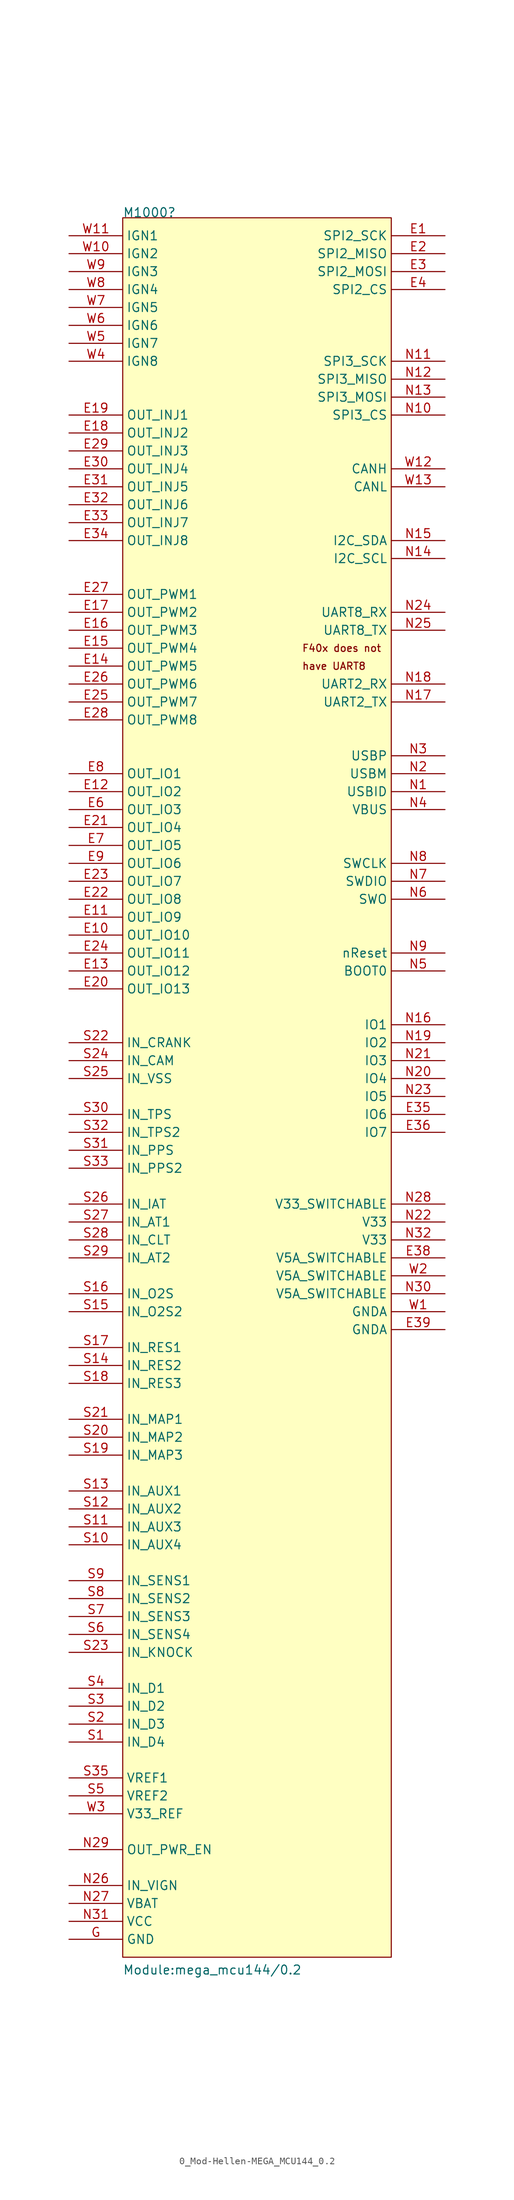
<source format=kicad_sym>
(kicad_symbol_lib
  (version 20211014)
  (generator kicad_symbol_editor)
  (symbol "0_Mod-Hellen-MEGA_MCU144_0.2"
    (property "Reference" "M1000"
      (at 7.62 2.54 0)
      (effects (font (size 1.27 1.27)) (justify left bottom)))
    (property "Value" "Module:mega_mcu144/0.2"
      (at 7.62 -246.38 0)
      (effects (font (size 1.27 1.27)) (justify left bottom)))
    (symbol "0_Mod-Hellen-MEGA_MCU144_0.2_1_0"
      (rectangle (start 45.72 2.54) (end 7.62 -243.84) (stroke (width 0) (type default) (color 0 0 0 0)) (fill (type background)))
      (text "F40x does not" (at 33.02 -58.42 0) (effects (font (size 1.016 1.016)) (justify left)))
      (text "have UART8" (at 33.02 -60.96 0) (effects (font (size 1.016 1.016)) (justify left)))
      (pin passive line (at 53.34 0 180) (length 7.62) (name "SPI2_SCK" (effects (font (size 1.27 1.27)))) (number "E1" (effects (font (size 1.27 1.27)))))
      (pin passive line (at 0 -99.06 0) (length 7.62) (name "OUT_IO10" (effects (font (size 1.27 1.27)))) (number "E10" (effects (font (size 1.27 1.27)))))
      (pin passive line (at 0 -96.52 0) (length 7.62) (name "OUT_IO9" (effects (font (size 1.27 1.27)))) (number "E11" (effects (font (size 1.27 1.27)))))
      (pin passive line (at 0 -78.74 0) (length 7.62) (name "OUT_IO2" (effects (font (size 1.27 1.27)))) (number "E12" (effects (font (size 1.27 1.27)))))
      (pin passive line (at 0 -104.14 0) (length 7.62) (name "OUT_IO12" (effects (font (size 1.27 1.27)))) (number "E13" (effects (font (size 1.27 1.27)))))
      (pin passive line (at 0 -60.96 0) (length 7.62) (name "OUT_PWM5" (effects (font (size 1.27 1.27)))) (number "E14" (effects (font (size 1.27 1.27)))))
      (pin passive line (at 0 -58.42 0) (length 7.62) (name "OUT_PWM4" (effects (font (size 1.27 1.27)))) (number "E15" (effects (font (size 1.27 1.27)))))
      (pin passive line (at 0 -55.88 0) (length 7.62) (name "OUT_PWM3" (effects (font (size 1.27 1.27)))) (number "E16" (effects (font (size 1.27 1.27)))))
      (pin passive line (at 0 -53.34 0) (length 7.62) (name "OUT_PWM2" (effects (font (size 1.27 1.27)))) (number "E17" (effects (font (size 1.27 1.27)))))
      (pin passive line (at 0 -27.94 0) (length 7.62) (name "OUT_INJ2" (effects (font (size 1.27 1.27)))) (number "E18" (effects (font (size 1.27 1.27)))))
      (pin passive line (at 0 -25.4 0) (length 7.62) (name "OUT_INJ1" (effects (font (size 1.27 1.27)))) (number "E19" (effects (font (size 1.27 1.27)))))
      (pin passive line (at 53.34 -2.54 180) (length 7.62) (name "SPI2_MISO" (effects (font (size 1.27 1.27)))) (number "E2" (effects (font (size 1.27 1.27)))))
      (pin passive line (at 0 -106.68 0) (length 7.62) (name "OUT_IO13" (effects (font (size 1.27 1.27)))) (number "E20" (effects (font (size 1.27 1.27)))))
      (pin passive line (at 0 -83.82 0) (length 7.62) (name "OUT_IO4" (effects (font (size 1.27 1.27)))) (number "E21" (effects (font (size 1.27 1.27)))))
      (pin passive line (at 0 -93.98 0) (length 7.62) (name "OUT_IO8" (effects (font (size 1.27 1.27)))) (number "E22" (effects (font (size 1.27 1.27)))))
      (pin passive line (at 0 -91.44 0) (length 7.62) (name "OUT_IO7" (effects (font (size 1.27 1.27)))) (number "E23" (effects (font (size 1.27 1.27)))))
      (pin passive line (at 0 -101.6 0) (length 7.62) (name "OUT_IO11" (effects (font (size 1.27 1.27)))) (number "E24" (effects (font (size 1.27 1.27)))))
      (pin passive line (at 0 -66.04 0) (length 7.62) (name "OUT_PWM7" (effects (font (size 1.27 1.27)))) (number "E25" (effects (font (size 1.27 1.27)))))
      (pin passive line (at 0 -63.5 0) (length 7.62) (name "OUT_PWM6" (effects (font (size 1.27 1.27)))) (number "E26" (effects (font (size 1.27 1.27)))))
      (pin passive line (at 0 -50.8 0) (length 7.62) (name "OUT_PWM1" (effects (font (size 1.27 1.27)))) (number "E27" (effects (font (size 1.27 1.27)))))
      (pin passive line (at 0 -68.58 0) (length 7.62) (name "OUT_PWM8" (effects (font (size 1.27 1.27)))) (number "E28" (effects (font (size 1.27 1.27)))))
      (pin passive line (at 0 -30.48 0) (length 7.62) (name "OUT_INJ3" (effects (font (size 1.27 1.27)))) (number "E29" (effects (font (size 1.27 1.27)))))
      (pin passive line (at 53.34 -5.08 180) (length 7.62) (name "SPI2_MOSI" (effects (font (size 1.27 1.27)))) (number "E3" (effects (font (size 1.27 1.27)))))
      (pin passive line (at 0 -33.02 0) (length 7.62) (name "OUT_INJ4" (effects (font (size 1.27 1.27)))) (number "E30" (effects (font (size 1.27 1.27)))))
      (pin passive line (at 0 -35.56 0) (length 7.62) (name "OUT_INJ5" (effects (font (size 1.27 1.27)))) (number "E31" (effects (font (size 1.27 1.27)))))
      (pin passive line (at 0 -38.1 0) (length 7.62) (name "OUT_INJ6" (effects (font (size 1.27 1.27)))) (number "E32" (effects (font (size 1.27 1.27)))))
      (pin passive line (at 0 -40.64 0) (length 7.62) (name "OUT_INJ7" (effects (font (size 1.27 1.27)))) (number "E33" (effects (font (size 1.27 1.27)))))
      (pin passive line (at 0 -43.18 0) (length 7.62) (name "OUT_INJ8" (effects (font (size 1.27 1.27)))) (number "E34" (effects (font (size 1.27 1.27)))))
      (pin passive line (at 53.34 -124.46 180) (length 7.62) (name "IO6" (effects (font (size 1.27 1.27)))) (number "E35" (effects (font (size 1.27 1.27)))))
      (pin passive line (at 53.34 -127 180) (length 7.62) (name "IO7" (effects (font (size 1.27 1.27)))) (number "E36" (effects (font (size 1.27 1.27)))))
      (pin passive line (at 53.34 -144.78 180) (length 7.62) (name "V5A_SWITCHABLE" (effects (font (size 1.27 1.27)))) (number "E38" (effects (font (size 1.27 1.27)))))
      (pin passive line (at 53.34 -154.94 180) (length 7.62) (name "GNDA" (effects (font (size 1.27 1.27)))) (number "E39" (effects (font (size 1.27 1.27)))))
      (pin passive line (at 53.34 -7.62 180) (length 7.62) (name "SPI2_CS" (effects (font (size 1.27 1.27)))) (number "E4" (effects (font (size 1.27 1.27)))))
      (pin passive line (at 0 -81.28 0) (length 7.62) (name "OUT_IO3" (effects (font (size 1.27 1.27)))) (number "E6" (effects (font (size 1.27 1.27)))))
      (pin passive line (at 0 -86.36 0) (length 7.62) (name "OUT_IO5" (effects (font (size 1.27 1.27)))) (number "E7" (effects (font (size 1.27 1.27)))))
      (pin passive line (at 0 -76.2 0) (length 7.62) (name "OUT_IO1" (effects (font (size 1.27 1.27)))) (number "E8" (effects (font (size 1.27 1.27)))))
      (pin passive line (at 0 -88.9 0) (length 7.62) (name "OUT_IO6" (effects (font (size 1.27 1.27)))) (number "E9" (effects (font (size 1.27 1.27)))))
      (pin passive line (at 0 -241.3 0) (length 7.62) (name "GND" (effects (font (size 1.27 1.27)))) (number "G" (effects (font (size 1.27 1.27)))))
      (pin passive line (at 53.34 -78.74 180) (length 7.62) (name "USBID" (effects (font (size 1.27 1.27)))) (number "N1" (effects (font (size 1.27 1.27)))))
      (pin passive line (at 53.34 -25.4 180) (length 7.62) (name "SPI3_CS" (effects (font (size 1.27 1.27)))) (number "N10" (effects (font (size 1.27 1.27)))))
      (pin passive line (at 53.34 -17.78 180) (length 7.62) (name "SPI3_SCK" (effects (font (size 1.27 1.27)))) (number "N11" (effects (font (size 1.27 1.27)))))
      (pin passive line (at 53.34 -20.32 180) (length 7.62) (name "SPI3_MISO" (effects (font (size 1.27 1.27)))) (number "N12" (effects (font (size 1.27 1.27)))))
      (pin passive line (at 53.34 -22.86 180) (length 7.62) (name "SPI3_MOSI" (effects (font (size 1.27 1.27)))) (number "N13" (effects (font (size 1.27 1.27)))))
      (pin passive line (at 53.34 -45.72 180) (length 7.62) (name "I2C_SCL" (effects (font (size 1.27 1.27)))) (number "N14" (effects (font (size 1.27 1.27)))))
      (pin passive line (at 53.34 -43.18 180) (length 7.62) (name "I2C_SDA" (effects (font (size 1.27 1.27)))) (number "N15" (effects (font (size 1.27 1.27)))))
      (pin passive line (at 53.34 -111.76 180) (length 7.62) (name "IO1" (effects (font (size 1.27 1.27)))) (number "N16" (effects (font (size 1.27 1.27)))))
      (pin passive line (at 53.34 -66.04 180) (length 7.62) (name "UART2_TX" (effects (font (size 1.27 1.27)))) (number "N17" (effects (font (size 1.27 1.27)))))
      (pin passive line (at 53.34 -63.5 180) (length 7.62) (name "UART2_RX" (effects (font (size 1.27 1.27)))) (number "N18" (effects (font (size 1.27 1.27)))))
      (pin passive line (at 53.34 -114.3 180) (length 7.62) (name "IO2" (effects (font (size 1.27 1.27)))) (number "N19" (effects (font (size 1.27 1.27)))))
      (pin passive line (at 53.34 -76.2 180) (length 7.62) (name "USBM" (effects (font (size 1.27 1.27)))) (number "N2" (effects (font (size 1.27 1.27)))))
      (pin passive line (at 53.34 -119.38 180) (length 7.62) (name "IO4" (effects (font (size 1.27 1.27)))) (number "N20" (effects (font (size 1.27 1.27)))))
      (pin passive line (at 53.34 -116.84 180) (length 7.62) (name "IO3" (effects (font (size 1.27 1.27)))) (number "N21" (effects (font (size 1.27 1.27)))))
      (pin passive line (at 53.34 -139.7 180) (length 7.62) (name "V33" (effects (font (size 1.27 1.27)))) (number "N22" (effects (font (size 1.27 1.27)))))
      (pin passive line (at 53.34 -121.92 180) (length 7.62) (name "IO5" (effects (font (size 1.27 1.27)))) (number "N23" (effects (font (size 1.27 1.27)))))
      (pin passive line (at 53.34 -53.34 180) (length 7.62) (name "UART8_RX" (effects (font (size 1.27 1.27)))) (number "N24" (effects (font (size 1.27 1.27)))))
      (pin passive line (at 53.34 -55.88 180) (length 7.62) (name "UART8_TX" (effects (font (size 1.27 1.27)))) (number "N25" (effects (font (size 1.27 1.27)))))
      (pin passive line (at 0 -233.68 0) (length 7.62) (name "IN_VIGN" (effects (font (size 1.27 1.27)))) (number "N26" (effects (font (size 1.27 1.27)))))
      (pin passive line (at 0 -236.22 0) (length 7.62) (name "VBAT" (effects (font (size 1.27 1.27)))) (number "N27" (effects (font (size 1.27 1.27)))))
      (pin passive line (at 53.34 -137.16 180) (length 7.62) (name "V33_SWITCHABLE" (effects (font (size 1.27 1.27)))) (number "N28" (effects (font (size 1.27 1.27)))))
      (pin passive line (at 0 -228.6 0) (length 7.62) (name "OUT_PWR_EN" (effects (font (size 1.27 1.27)))) (number "N29" (effects (font (size 1.27 1.27)))))
      (pin passive line (at 53.34 -73.66 180) (length 7.62) (name "USBP" (effects (font (size 1.27 1.27)))) (number "N3" (effects (font (size 1.27 1.27)))))
      (pin passive line (at 53.34 -149.86 180) (length 7.62) (name "V5A_SWITCHABLE" (effects (font (size 1.27 1.27)))) (number "N30" (effects (font (size 1.27 1.27)))))
      (pin passive line (at 0 -238.76 0) (length 7.62) (name "VCC" (effects (font (size 1.27 1.27)))) (number "N31" (effects (font (size 1.27 1.27)))))
      (pin passive line (at 53.34 -142.24 180) (length 7.62) (name "V33" (effects (font (size 1.27 1.27)))) (number "N32" (effects (font (size 1.27 1.27)))))
      (pin passive line (at 53.34 -81.28 180) (length 7.62) (name "VBUS" (effects (font (size 1.27 1.27)))) (number "N4" (effects (font (size 1.27 1.27)))))
      (pin passive line (at 53.34 -104.14 180) (length 7.62) (name "BOOT0" (effects (font (size 1.27 1.27)))) (number "N5" (effects (font (size 1.27 1.27)))))
      (pin passive line (at 53.34 -93.98 180) (length 7.62) (name "SWO" (effects (font (size 1.27 1.27)))) (number "N6" (effects (font (size 1.27 1.27)))))
      (pin passive line (at 53.34 -91.44 180) (length 7.62) (name "SWDIO" (effects (font (size 1.27 1.27)))) (number "N7" (effects (font (size 1.27 1.27)))))
      (pin passive line (at 53.34 -88.9 180) (length 7.62) (name "SWCLK" (effects (font (size 1.27 1.27)))) (number "N8" (effects (font (size 1.27 1.27)))))
      (pin passive line (at 53.34 -101.6 180) (length 7.62) (name "nReset" (effects (font (size 1.27 1.27)))) (number "N9" (effects (font (size 1.27 1.27)))))
      (pin passive line (at 0 -213.36 0) (length 7.62) (name "IN_D4" (effects (font (size 1.27 1.27)))) (number "S1" (effects (font (size 1.27 1.27)))))
      (pin passive line (at 0 -185.42 0) (length 7.62) (name "IN_AUX4" (effects (font (size 1.27 1.27)))) (number "S10" (effects (font (size 1.27 1.27)))))
      (pin passive line (at 0 -182.88 0) (length 7.62) (name "IN_AUX3" (effects (font (size 1.27 1.27)))) (number "S11" (effects (font (size 1.27 1.27)))))
      (pin passive line (at 0 -180.34 0) (length 7.62) (name "IN_AUX2" (effects (font (size 1.27 1.27)))) (number "S12" (effects (font (size 1.27 1.27)))))
      (pin passive line (at 0 -177.8 0) (length 7.62) (name "IN_AUX1" (effects (font (size 1.27 1.27)))) (number "S13" (effects (font (size 1.27 1.27)))))
      (pin passive line (at 0 -160.02 0) (length 7.62) (name "IN_RES2" (effects (font (size 1.27 1.27)))) (number "S14" (effects (font (size 1.27 1.27)))))
      (pin passive line (at 0 -152.4 0) (length 7.62) (name "IN_O2S2" (effects (font (size 1.27 1.27)))) (number "S15" (effects (font (size 1.27 1.27)))))
      (pin passive line (at 0 -149.86 0) (length 7.62) (name "IN_O2S" (effects (font (size 1.27 1.27)))) (number "S16" (effects (font (size 1.27 1.27)))))
      (pin passive line (at 0 -157.48 0) (length 7.62) (name "IN_RES1" (effects (font (size 1.27 1.27)))) (number "S17" (effects (font (size 1.27 1.27)))))
      (pin passive line (at 0 -162.56 0) (length 7.62) (name "IN_RES3" (effects (font (size 1.27 1.27)))) (number "S18" (effects (font (size 1.27 1.27)))))
      (pin passive line (at 0 -172.72 0) (length 7.62) (name "IN_MAP3" (effects (font (size 1.27 1.27)))) (number "S19" (effects (font (size 1.27 1.27)))))
      (pin passive line (at 0 -210.82 0) (length 7.62) (name "IN_D3" (effects (font (size 1.27 1.27)))) (number "S2" (effects (font (size 1.27 1.27)))))
      (pin passive line (at 0 -170.18 0) (length 7.62) (name "IN_MAP2" (effects (font (size 1.27 1.27)))) (number "S20" (effects (font (size 1.27 1.27)))))
      (pin passive line (at 0 -167.64 0) (length 7.62) (name "IN_MAP1" (effects (font (size 1.27 1.27)))) (number "S21" (effects (font (size 1.27 1.27)))))
      (pin passive line (at 0 -114.3 0) (length 7.62) (name "IN_CRANK" (effects (font (size 1.27 1.27)))) (number "S22" (effects (font (size 1.27 1.27)))))
      (pin passive line (at 0 -200.66 0) (length 7.62) (name "IN_KNOCK" (effects (font (size 1.27 1.27)))) (number "S23" (effects (font (size 1.27 1.27)))))
      (pin passive line (at 0 -116.84 0) (length 7.62) (name "IN_CAM" (effects (font (size 1.27 1.27)))) (number "S24" (effects (font (size 1.27 1.27)))))
      (pin passive line (at 0 -119.38 0) (length 7.62) (name "IN_VSS" (effects (font (size 1.27 1.27)))) (number "S25" (effects (font (size 1.27 1.27)))))
      (pin passive line (at 0 -137.16 0) (length 7.62) (name "IN_IAT" (effects (font (size 1.27 1.27)))) (number "S26" (effects (font (size 1.27 1.27)))))
      (pin passive line (at 0 -139.7 0) (length 7.62) (name "IN_AT1" (effects (font (size 1.27 1.27)))) (number "S27" (effects (font (size 1.27 1.27)))))
      (pin passive line (at 0 -142.24 0) (length 7.62) (name "IN_CLT" (effects (font (size 1.27 1.27)))) (number "S28" (effects (font (size 1.27 1.27)))))
      (pin passive line (at 0 -144.78 0) (length 7.62) (name "IN_AT2" (effects (font (size 1.27 1.27)))) (number "S29" (effects (font (size 1.27 1.27)))))
      (pin passive line (at 0 -208.28 0) (length 7.62) (name "IN_D2" (effects (font (size 1.27 1.27)))) (number "S3" (effects (font (size 1.27 1.27)))))
      (pin passive line (at 0 -124.46 0) (length 7.62) (name "IN_TPS" (effects (font (size 1.27 1.27)))) (number "S30" (effects (font (size 1.27 1.27)))))
      (pin passive line (at 0 -129.54 0) (length 7.62) (name "IN_PPS" (effects (font (size 1.27 1.27)))) (number "S31" (effects (font (size 1.27 1.27)))))
      (pin passive line (at 0 -127 0) (length 7.62) (name "IN_TPS2" (effects (font (size 1.27 1.27)))) (number "S32" (effects (font (size 1.27 1.27)))))
      (pin passive line (at 0 -132.08 0) (length 7.62) (name "IN_PPS2" (effects (font (size 1.27 1.27)))) (number "S33" (effects (font (size 1.27 1.27)))))
      (pin passive line (at 0 -218.44 0) (length 7.62) (name "VREF1" (effects (font (size 1.27 1.27)))) (number "S35" (effects (font (size 1.27 1.27)))))
      (pin passive line (at 0 -205.74 0) (length 7.62) (name "IN_D1" (effects (font (size 1.27 1.27)))) (number "S4" (effects (font (size 1.27 1.27)))))
      (pin passive line (at 0 -220.98 0) (length 7.62) (name "VREF2" (effects (font (size 1.27 1.27)))) (number "S5" (effects (font (size 1.27 1.27)))))
      (pin passive line (at 0 -198.12 0) (length 7.62) (name "IN_SENS4" (effects (font (size 1.27 1.27)))) (number "S6" (effects (font (size 1.27 1.27)))))
      (pin passive line (at 0 -195.58 0) (length 7.62) (name "IN_SENS3" (effects (font (size 1.27 1.27)))) (number "S7" (effects (font (size 1.27 1.27)))))
      (pin passive line (at 0 -193.04 0) (length 7.62) (name "IN_SENS2" (effects (font (size 1.27 1.27)))) (number "S8" (effects (font (size 1.27 1.27)))))
      (pin passive line (at 0 -190.5 0) (length 7.62) (name "IN_SENS1" (effects (font (size 1.27 1.27)))) (number "S9" (effects (font (size 1.27 1.27)))))
      (pin passive line (at 53.34 -152.4 180) (length 7.62) (name "GNDA" (effects (font (size 1.27 1.27)))) (number "W1" (effects (font (size 1.27 1.27)))))
      (pin passive line (at 0 -2.54 0) (length 7.62) (name "IGN2" (effects (font (size 1.27 1.27)))) (number "W10" (effects (font (size 1.27 1.27)))))
      (pin passive line (at 0 0 0) (length 7.62) (name "IGN1" (effects (font (size 1.27 1.27)))) (number "W11" (effects (font (size 1.27 1.27)))))
      (pin passive line (at 53.34 -33.02 180) (length 7.62) (name "CANH" (effects (font (size 1.27 1.27)))) (number "W12" (effects (font (size 1.27 1.27)))))
      (pin passive line (at 53.34 -35.56 180) (length 7.62) (name "CANL" (effects (font (size 1.27 1.27)))) (number "W13" (effects (font (size 1.27 1.27)))))
      (pin passive line (at 53.34 -147.32 180) (length 7.62) (name "V5A_SWITCHABLE" (effects (font (size 1.27 1.27)))) (number "W2" (effects (font (size 1.27 1.27)))))
      (pin passive line (at 0 -223.52 0) (length 7.62) (name "V33_REF" (effects (font (size 1.27 1.27)))) (number "W3" (effects (font (size 1.27 1.27)))))
      (pin passive line (at 0 -17.78 0) (length 7.62) (name "IGN8" (effects (font (size 1.27 1.27)))) (number "W4" (effects (font (size 1.27 1.27)))))
      (pin passive line (at 0 -15.24 0) (length 7.62) (name "IGN7" (effects (font (size 1.27 1.27)))) (number "W5" (effects (font (size 1.27 1.27)))))
      (pin passive line (at 0 -12.7 0) (length 7.62) (name "IGN6" (effects (font (size 1.27 1.27)))) (number "W6" (effects (font (size 1.27 1.27)))))
      (pin passive line (at 0 -10.16 0) (length 7.62) (name "IGN5" (effects (font (size 1.27 1.27)))) (number "W7" (effects (font (size 1.27 1.27)))))
      (pin passive line (at 0 -7.62 0) (length 7.62) (name "IGN4" (effects (font (size 1.27 1.27)))) (number "W8" (effects (font (size 1.27 1.27)))))
      (pin passive line (at 0 -5.08 0) (length 7.62) (name "IGN3" (effects (font (size 1.27 1.27)))) (number "W9" (effects (font (size 1.27 1.27))))))))
</source>
